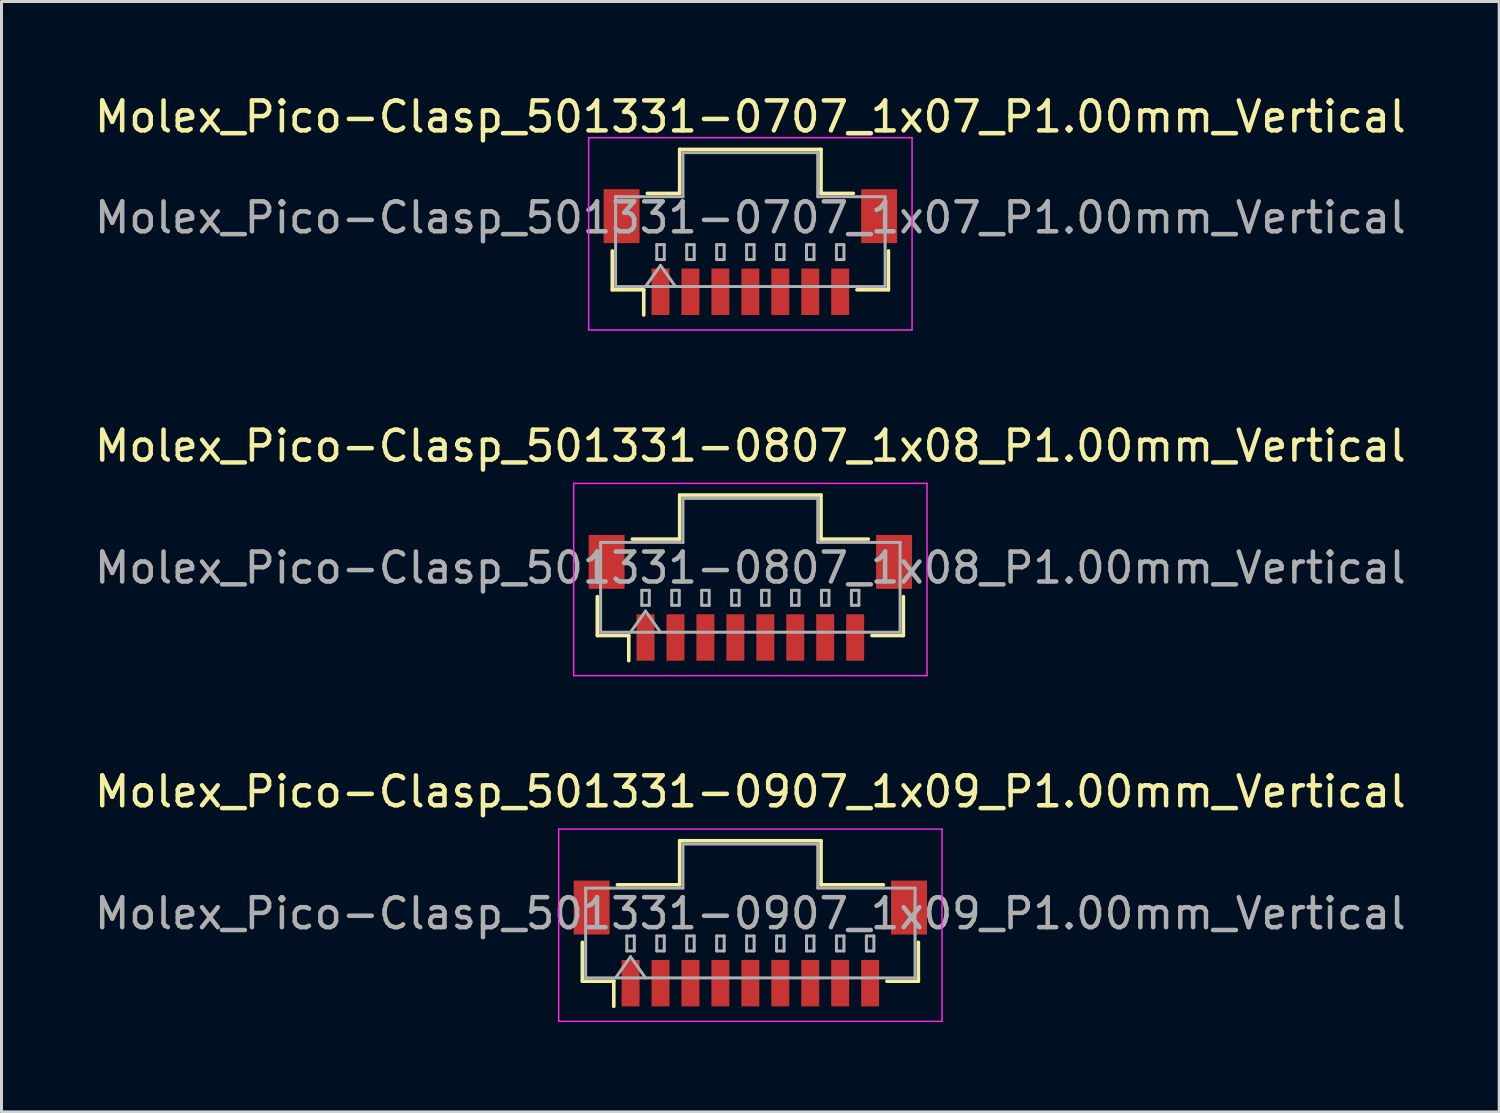
<source format=kicad_pcb>
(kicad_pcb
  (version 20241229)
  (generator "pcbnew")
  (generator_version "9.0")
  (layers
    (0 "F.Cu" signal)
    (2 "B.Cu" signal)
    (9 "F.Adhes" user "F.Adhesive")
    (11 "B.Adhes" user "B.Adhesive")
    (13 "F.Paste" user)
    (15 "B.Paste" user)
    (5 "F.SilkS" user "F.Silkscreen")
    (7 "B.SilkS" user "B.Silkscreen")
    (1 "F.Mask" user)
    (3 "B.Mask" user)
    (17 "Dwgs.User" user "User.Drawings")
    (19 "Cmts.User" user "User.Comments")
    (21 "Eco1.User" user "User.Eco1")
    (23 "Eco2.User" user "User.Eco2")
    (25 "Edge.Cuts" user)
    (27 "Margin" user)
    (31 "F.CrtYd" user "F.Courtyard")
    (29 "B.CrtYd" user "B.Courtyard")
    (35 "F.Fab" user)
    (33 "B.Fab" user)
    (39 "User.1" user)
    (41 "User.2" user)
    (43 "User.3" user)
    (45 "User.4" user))
  (footprint "Molex_Pico-Clasp_501331-0807_1x08_P1.00mm_Vertical"
    (layer "F.Cu")
    (at 22.006 16.912)
    (property "Reference" "Molex_Pico-Clasp_501331-0807_1x08_P1.00mm_Vertical" (at 0 -5.07 0) (layer "F.SilkS") (effects (font (size 1 1) (thickness 0.15))))
    (attr smd)
    (fp_line (start -5.11 -0.04) (end -5.11 1.26) (stroke (width 0.12) (type solid)) (layer "F.SilkS"))
    (fp_line (start -5.11 1.26) (end -4.06 1.26) (stroke (width 0.12) (type solid)) (layer "F.SilkS"))
    (fp_line (start -4.06 1.26) (end -4.06 2.1) (stroke (width 0.12) (type solid)) (layer "F.SilkS"))
    (fp_line (start -3.94 -1.96) (end -2.36 -1.96) (stroke (width 0.12) (type solid)) (layer "F.SilkS"))
    (fp_line (start -2.36 -3.43) (end 2.36 -3.43) (stroke (width 0.12) (type solid)) (layer "F.SilkS"))
    (fp_line (start -2.36 -1.96) (end -2.36 -3.43) (stroke (width 0.12) (type solid)) (layer "F.SilkS"))
    (fp_line (start 2.36 -3.43) (end 2.36 -1.96) (stroke (width 0.12) (type solid)) (layer "F.SilkS"))
    (fp_line (start 2.36 -1.96) (end 3.94 -1.96) (stroke (width 0.12) (type solid)) (layer "F.SilkS"))
    (fp_line (start 5.11 -0.04) (end 5.11 1.26) (stroke (width 0.12) (type solid)) (layer "F.SilkS"))
    (fp_line (start 5.11 1.26) (end 4.06 1.26) (stroke (width 0.12) (type solid)) (layer "F.SilkS"))
    (fp_line (start -5.9 -3.82) (end -5.9 2.6) (stroke (width 0.05) (type solid)) (layer "F.CrtYd"))
    (fp_line (start -5.9 2.6) (end 5.9 2.6) (stroke (width 0.05) (type solid)) (layer "F.CrtYd"))
    (fp_line (start 5.9 -3.82) (end -5.9 -3.82) (stroke (width 0.05) (type solid)) (layer "F.CrtYd"))
    (fp_line (start 5.9 2.6) (end 5.9 -3.82) (stroke (width 0.05) (type solid)) (layer "F.CrtYd"))
    (fp_line (start -5 -1.85) (end -2.25 -1.85) (stroke (width 0.1) (type solid)) (layer "F.Fab"))
    (fp_line (start -5 1.15) (end -5 -1.85) (stroke (width 0.1) (type solid)) (layer "F.Fab"))
    (fp_line (start -5 1.15) (end 5 1.15) (stroke (width 0.1) (type solid)) (layer "F.Fab"))
    (fp_line (start -4 1.15) (end -3.5 0.443) (stroke (width 0.1) (type solid)) (layer "F.Fab"))
    (fp_line (start -3.625 -0.25) (end -3.625 0.25) (stroke (width 0.1) (type solid)) (layer "F.Fab"))
    (fp_line (start -3.625 0.25) (end -3.375 0.25) (stroke (width 0.1) (type solid)) (layer "F.Fab"))
    (fp_line (start -3.5 0.443) (end -3 1.15) (stroke (width 0.1) (type solid)) (layer "F.Fab"))
    (fp_line (start -3.375 -0.25) (end -3.625 -0.25) (stroke (width 0.1) (type solid)) (layer "F.Fab"))
    (fp_line (start -3.375 0.25) (end -3.375 -0.25) (stroke (width 0.1) (type solid)) (layer "F.Fab"))
    (fp_line (start -2.625 -0.25) (end -2.625 0.25) (stroke (width 0.1) (type solid)) (layer "F.Fab"))
    (fp_line (start -2.625 0.25) (end -2.375 0.25) (stroke (width 0.1) (type solid)) (layer "F.Fab"))
    (fp_line (start -2.375 -0.25) (end -2.625 -0.25) (stroke (width 0.1) (type solid)) (layer "F.Fab"))
    (fp_line (start -2.375 0.25) (end -2.375 -0.25) (stroke (width 0.1) (type solid)) (layer "F.Fab"))
    (fp_line (start -2.25 -3.32) (end 2.25 -3.32) (stroke (width 0.1) (type solid)) (layer "F.Fab"))
    (fp_line (start -2.25 -1.85) (end -2.25 -3.32) (stroke (width 0.1) (type solid)) (layer "F.Fab"))
    (fp_line (start -1.625 -0.25) (end -1.625 0.25) (stroke (width 0.1) (type solid)) (layer "F.Fab"))
    (fp_line (start -1.625 0.25) (end -1.375 0.25) (stroke (width 0.1) (type solid)) (layer "F.Fab"))
    (fp_line (start -1.375 -0.25) (end -1.625 -0.25) (stroke (width 0.1) (type solid)) (layer "F.Fab"))
    (fp_line (start -1.375 0.25) (end -1.375 -0.25) (stroke (width 0.1) (type solid)) (layer "F.Fab"))
    (fp_line (start -0.625 -0.25) (end -0.625 0.25) (stroke (width 0.1) (type solid)) (layer "F.Fab"))
    (fp_line (start -0.625 0.25) (end -0.375 0.25) (stroke (width 0.1) (type solid)) (layer "F.Fab"))
    (fp_line (start -0.375 -0.25) (end -0.625 -0.25) (stroke (width 0.1) (type solid)) (layer "F.Fab"))
    (fp_line (start -0.375 0.25) (end -0.375 -0.25) (stroke (width 0.1) (type solid)) (layer "F.Fab"))
    (fp_line (start 0.375 -0.25) (end 0.375 0.25) (stroke (width 0.1) (type solid)) (layer "F.Fab"))
    (fp_line (start 0.375 0.25) (end 0.625 0.25) (stroke (width 0.1) (type solid)) (layer "F.Fab"))
    (fp_line (start 0.625 -0.25) (end 0.375 -0.25) (stroke (width 0.1) (type solid)) (layer "F.Fab"))
    (fp_line (start 0.625 0.25) (end 0.625 -0.25) (stroke (width 0.1) (type solid)) (layer "F.Fab"))
    (fp_line (start 1.375 -0.25) (end 1.375 0.25) (stroke (width 0.1) (type solid)) (layer "F.Fab"))
    (fp_line (start 1.375 0.25) (end 1.625 0.25) (stroke (width 0.1) (type solid)) (layer "F.Fab"))
    (fp_line (start 1.625 -0.25) (end 1.375 -0.25) (stroke (width 0.1) (type solid)) (layer "F.Fab"))
    (fp_line (start 1.625 0.25) (end 1.625 -0.25) (stroke (width 0.1) (type solid)) (layer "F.Fab"))
    (fp_line (start 2.25 -3.32) (end 2.25 -1.85) (stroke (width 0.1) (type solid)) (layer "F.Fab"))
    (fp_line (start 2.25 -1.85) (end 5 -1.85) (stroke (width 0.1) (type solid)) (layer "F.Fab"))
    (fp_line (start 2.375 -0.25) (end 2.375 0.25) (stroke (width 0.1) (type solid)) (layer "F.Fab"))
    (fp_line (start 2.375 0.25) (end 2.625 0.25) (stroke (width 0.1) (type solid)) (layer "F.Fab"))
    (fp_line (start 2.625 -0.25) (end 2.375 -0.25) (stroke (width 0.1) (type solid)) (layer "F.Fab"))
    (fp_line (start 2.625 0.25) (end 2.625 -0.25) (stroke (width 0.1) (type solid)) (layer "F.Fab"))
    (fp_line (start 3.375 -0.25) (end 3.375 0.25) (stroke (width 0.1) (type solid)) (layer "F.Fab"))
    (fp_line (start 3.375 0.25) (end 3.625 0.25) (stroke (width 0.1) (type solid)) (layer "F.Fab"))
    (fp_line (start 3.625 -0.25) (end 3.375 -0.25) (stroke (width 0.1) (type solid)) (layer "F.Fab"))
    (fp_line (start 3.625 0.25) (end 3.625 -0.25) (stroke (width 0.1) (type solid)) (layer "F.Fab"))
    (fp_line (start 5 1.15) (end 5 -1.85) (stroke (width 0.1) (type solid)) (layer "F.Fab"))
    (fp_text user "${REFERENCE}" (at 0 -1 0) (layer "F.Fab") (effects (font (size 1 1) (thickness 0.15))))
    (pad "" smd rect (at -4.8 -1.2) (size 1.2 1.8) (layers "F.Cu" "F.Mask" "F.Paste"))
    (pad "" smd rect (at 4.8 -1.2) (size 1.2 1.8) (layers "F.Cu" "F.Mask" "F.Paste"))
    (pad "1" smd rect (at -3.5 1.325) (size 0.6 1.55) (layers "F.Cu" "F.Mask" "F.Paste"))
    (pad "2" smd rect (at -2.5 1.325) (size 0.6 1.55) (layers "F.Cu" "F.Mask" "F.Paste"))
    (pad "3" smd rect (at -1.5 1.325) (size 0.6 1.55) (layers "F.Cu" "F.Mask" "F.Paste"))
    (pad "4" smd rect (at -0.5 1.325) (size 0.6 1.55) (layers "F.Cu" "F.Mask" "F.Paste"))
    (pad "5" smd rect (at 0.5 1.325) (size 0.6 1.55) (layers "F.Cu" "F.Mask" "F.Paste"))
    (pad "6" smd rect (at 1.5 1.325) (size 0.6 1.55) (layers "F.Cu" "F.Mask" "F.Paste"))
    (pad "7" smd rect (at 2.5 1.325) (size 0.6 1.55) (layers "F.Cu" "F.Mask" "F.Paste"))
    (pad "8" smd rect (at 3.5 1.325) (size 0.6 1.55) (layers "F.Cu" "F.Mask" "F.Paste")))
  (footprint "Molex_Pico-Clasp_501331-0707_1x07_P1.00mm_Vertical"
    (layer "F.Cu")
    (at 22.006 5.368)
    (property "Reference" "Molex_Pico-Clasp_501331-0707_1x07_P1.00mm_Vertical" (at 0 -4.52 0) (layer "F.SilkS") (effects (font (size 1 1) (thickness 0.15))))
    (attr smd)
    (fp_line (start -4.61 -0.04) (end -4.61 1.26) (stroke (width 0.12) (type solid)) (layer "F.SilkS"))
    (fp_line (start -4.61 1.26) (end -3.56 1.26) (stroke (width 0.12) (type solid)) (layer "F.SilkS"))
    (fp_line (start -3.56 1.26) (end -3.56 2.1) (stroke (width 0.12) (type solid)) (layer "F.SilkS"))
    (fp_line (start -3.44 -1.96) (end -2.36 -1.96) (stroke (width 0.12) (type solid)) (layer "F.SilkS"))
    (fp_line (start -2.36 -3.43) (end 2.36 -3.43) (stroke (width 0.12) (type solid)) (layer "F.SilkS"))
    (fp_line (start -2.36 -1.96) (end -2.36 -3.43) (stroke (width 0.12) (type solid)) (layer "F.SilkS"))
    (fp_line (start 2.36 -3.43) (end 2.36 -1.96) (stroke (width 0.12) (type solid)) (layer "F.SilkS"))
    (fp_line (start 2.36 -1.96) (end 3.44 -1.96) (stroke (width 0.12) (type solid)) (layer "F.SilkS"))
    (fp_line (start 4.61 -0.04) (end 4.61 1.26) (stroke (width 0.12) (type solid)) (layer "F.SilkS"))
    (fp_line (start 4.61 1.26) (end 3.56 1.26) (stroke (width 0.12) (type solid)) (layer "F.SilkS"))
    (fp_line (start -5.4 -3.82) (end -5.4 2.6) (stroke (width 0.05) (type solid)) (layer "F.CrtYd"))
    (fp_line (start -5.4 2.6) (end 5.4 2.6) (stroke (width 0.05) (type solid)) (layer "F.CrtYd"))
    (fp_line (start 5.4 -3.82) (end -5.4 -3.82) (stroke (width 0.05) (type solid)) (layer "F.CrtYd"))
    (fp_line (start 5.4 2.6) (end 5.4 -3.82) (stroke (width 0.05) (type solid)) (layer "F.CrtYd"))
    (fp_line (start -4.5 -1.85) (end -2.25 -1.85) (stroke (width 0.1) (type solid)) (layer "F.Fab"))
    (fp_line (start -4.5 1.15) (end -4.5 -1.85) (stroke (width 0.1) (type solid)) (layer "F.Fab"))
    (fp_line (start -4.5 1.15) (end 4.5 1.15) (stroke (width 0.1) (type solid)) (layer "F.Fab"))
    (fp_line (start -3.5 1.15) (end -3 0.443) (stroke (width 0.1) (type solid)) (layer "F.Fab"))
    (fp_line (start -3.125 -0.25) (end -3.125 0.25) (stroke (width 0.1) (type solid)) (layer "F.Fab"))
    (fp_line (start -3.125 0.25) (end -2.875 0.25) (stroke (width 0.1) (type solid)) (layer "F.Fab"))
    (fp_line (start -3 0.443) (end -2.5 1.15) (stroke (width 0.1) (type solid)) (layer "F.Fab"))
    (fp_line (start -2.875 -0.25) (end -3.125 -0.25) (stroke (width 0.1) (type solid)) (layer "F.Fab"))
    (fp_line (start -2.875 0.25) (end -2.875 -0.25) (stroke (width 0.1) (type solid)) (layer "F.Fab"))
    (fp_line (start -2.25 -3.32) (end 2.25 -3.32) (stroke (width 0.1) (type solid)) (layer "F.Fab"))
    (fp_line (start -2.25 -1.85) (end -2.25 -3.32) (stroke (width 0.1) (type solid)) (layer "F.Fab"))
    (fp_line (start -2.125 -0.25) (end -2.125 0.25) (stroke (width 0.1) (type solid)) (layer "F.Fab"))
    (fp_line (start -2.125 0.25) (end -1.875 0.25) (stroke (width 0.1) (type solid)) (layer "F.Fab"))
    (fp_line (start -1.875 -0.25) (end -2.125 -0.25) (stroke (width 0.1) (type solid)) (layer "F.Fab"))
    (fp_line (start -1.875 0.25) (end -1.875 -0.25) (stroke (width 0.1) (type solid)) (layer "F.Fab"))
    (fp_line (start -1.125 -0.25) (end -1.125 0.25) (stroke (width 0.1) (type solid)) (layer "F.Fab"))
    (fp_line (start -1.125 0.25) (end -0.875 0.25) (stroke (width 0.1) (type solid)) (layer "F.Fab"))
    (fp_line (start -0.875 -0.25) (end -1.125 -0.25) (stroke (width 0.1) (type solid)) (layer "F.Fab"))
    (fp_line (start -0.875 0.25) (end -0.875 -0.25) (stroke (width 0.1) (type solid)) (layer "F.Fab"))
    (fp_line (start -0.125 -0.25) (end -0.125 0.25) (stroke (width 0.1) (type solid)) (layer "F.Fab"))
    (fp_line (start -0.125 0.25) (end 0.125 0.25) (stroke (width 0.1) (type solid)) (layer "F.Fab"))
    (fp_line (start 0.125 -0.25) (end -0.125 -0.25) (stroke (width 0.1) (type solid)) (layer "F.Fab"))
    (fp_line (start 0.125 0.25) (end 0.125 -0.25) (stroke (width 0.1) (type solid)) (layer "F.Fab"))
    (fp_line (start 0.875 -0.25) (end 0.875 0.25) (stroke (width 0.1) (type solid)) (layer "F.Fab"))
    (fp_line (start 0.875 0.25) (end 1.125 0.25) (stroke (width 0.1) (type solid)) (layer "F.Fab"))
    (fp_line (start 1.125 -0.25) (end 0.875 -0.25) (stroke (width 0.1) (type solid)) (layer "F.Fab"))
    (fp_line (start 1.125 0.25) (end 1.125 -0.25) (stroke (width 0.1) (type solid)) (layer "F.Fab"))
    (fp_line (start 1.875 -0.25) (end 1.875 0.25) (stroke (width 0.1) (type solid)) (layer "F.Fab"))
    (fp_line (start 1.875 0.25) (end 2.125 0.25) (stroke (width 0.1) (type solid)) (layer "F.Fab"))
    (fp_line (start 2.125 -0.25) (end 1.875 -0.25) (stroke (width 0.1) (type solid)) (layer "F.Fab"))
    (fp_line (start 2.125 0.25) (end 2.125 -0.25) (stroke (width 0.1) (type solid)) (layer "F.Fab"))
    (fp_line (start 2.25 -3.32) (end 2.25 -1.85) (stroke (width 0.1) (type solid)) (layer "F.Fab"))
    (fp_line (start 2.25 -1.85) (end 4.5 -1.85) (stroke (width 0.1) (type solid)) (layer "F.Fab"))
    (fp_line (start 2.875 -0.25) (end 2.875 0.25) (stroke (width 0.1) (type solid)) (layer "F.Fab"))
    (fp_line (start 2.875 0.25) (end 3.125 0.25) (stroke (width 0.1) (type solid)) (layer "F.Fab"))
    (fp_line (start 3.125 -0.25) (end 2.875 -0.25) (stroke (width 0.1) (type solid)) (layer "F.Fab"))
    (fp_line (start 3.125 0.25) (end 3.125 -0.25) (stroke (width 0.1) (type solid)) (layer "F.Fab"))
    (fp_line (start 4.5 1.15) (end 4.5 -1.85) (stroke (width 0.1) (type solid)) (layer "F.Fab"))
    (fp_text user "${REFERENCE}" (at 0 -1.15 0) (layer "F.Fab") (effects (font (size 1 1) (thickness 0.15))))
    (pad "" smd rect (at -4.3 -1.2) (size 1.2 1.8) (layers "F.Cu" "F.Mask" "F.Paste"))
    (pad "" smd rect (at 4.3 -1.2) (size 1.2 1.8) (layers "F.Cu" "F.Mask" "F.Paste"))
    (pad "1" smd rect (at -3 1.325) (size 0.6 1.55) (layers "F.Cu" "F.Mask" "F.Paste"))
    (pad "2" smd rect (at -2 1.325) (size 0.6 1.55) (layers "F.Cu" "F.Mask" "F.Paste"))
    (pad "3" smd rect (at -1 1.325) (size 0.6 1.55) (layers "F.Cu" "F.Mask" "F.Paste"))
    (pad "4" smd rect (at 0 1.325) (size 0.6 1.55) (layers "F.Cu" "F.Mask" "F.Paste"))
    (pad "5" smd rect (at 1 1.325) (size 0.6 1.55) (layers "F.Cu" "F.Mask" "F.Paste"))
    (pad "6" smd rect (at 2 1.325) (size 0.6 1.55) (layers "F.Cu" "F.Mask" "F.Paste"))
    (pad "7" smd rect (at 3 1.325) (size 0.6 1.55) (layers "F.Cu" "F.Mask" "F.Paste")))
  (footprint "Molex_Pico-Clasp_501331-0907_1x09_P1.00mm_Vertical"
    (layer "F.Cu")
    (at 22.006 28.455)
    (property "Reference" "Molex_Pico-Clasp_501331-0907_1x09_P1.00mm_Vertical" (at 0 -5.07 0) (layer "F.SilkS") (effects (font (size 1 1) (thickness 0.15))))
    (attr smd)
    (fp_line (start -5.61 -0.04) (end -5.61 1.26) (stroke (width 0.12) (type solid)) (layer "F.SilkS"))
    (fp_line (start -5.61 1.26) (end -4.56 1.26) (stroke (width 0.12) (type solid)) (layer "F.SilkS"))
    (fp_line (start -4.56 1.26) (end -4.56 2.1) (stroke (width 0.12) (type solid)) (layer "F.SilkS"))
    (fp_line (start -4.44 -1.96) (end -2.36 -1.96) (stroke (width 0.12) (type solid)) (layer "F.SilkS"))
    (fp_line (start -2.36 -3.43) (end 2.36 -3.43) (stroke (width 0.12) (type solid)) (layer "F.SilkS"))
    (fp_line (start -2.36 -1.96) (end -2.36 -3.43) (stroke (width 0.12) (type solid)) (layer "F.SilkS"))
    (fp_line (start 2.36 -3.43) (end 2.36 -1.96) (stroke (width 0.12) (type solid)) (layer "F.SilkS"))
    (fp_line (start 2.36 -1.96) (end 4.44 -1.96) (stroke (width 0.12) (type solid)) (layer "F.SilkS"))
    (fp_line (start 5.61 -0.04) (end 5.61 1.26) (stroke (width 0.12) (type solid)) (layer "F.SilkS"))
    (fp_line (start 5.61 1.26) (end 4.56 1.26) (stroke (width 0.12) (type solid)) (layer "F.SilkS"))
    (fp_line (start -6.4 -3.82) (end -6.4 2.6) (stroke (width 0.05) (type solid)) (layer "F.CrtYd"))
    (fp_line (start -6.4 2.6) (end 6.4 2.6) (stroke (width 0.05) (type solid)) (layer "F.CrtYd"))
    (fp_line (start 6.4 -3.82) (end -6.4 -3.82) (stroke (width 0.05) (type solid)) (layer "F.CrtYd"))
    (fp_line (start 6.4 2.6) (end 6.4 -3.82) (stroke (width 0.05) (type solid)) (layer "F.CrtYd"))
    (fp_line (start -5.5 -1.85) (end -2.25 -1.85) (stroke (width 0.1) (type solid)) (layer "F.Fab"))
    (fp_line (start -5.5 1.15) (end -5.5 -1.85) (stroke (width 0.1) (type solid)) (layer "F.Fab"))
    (fp_line (start -5.5 1.15) (end 5.5 1.15) (stroke (width 0.1) (type solid)) (layer "F.Fab"))
    (fp_line (start -4.5 1.15) (end -4 0.443) (stroke (width 0.1) (type solid)) (layer "F.Fab"))
    (fp_line (start -4.125 -0.25) (end -4.125 0.25) (stroke (width 0.1) (type solid)) (layer "F.Fab"))
    (fp_line (start -4.125 0.25) (end -3.875 0.25) (stroke (width 0.1) (type solid)) (layer "F.Fab"))
    (fp_line (start -4 0.443) (end -3.5 1.15) (stroke (width 0.1) (type solid)) (layer "F.Fab"))
    (fp_line (start -3.875 -0.25) (end -4.125 -0.25) (stroke (width 0.1) (type solid)) (layer "F.Fab"))
    (fp_line (start -3.875 0.25) (end -3.875 -0.25) (stroke (width 0.1) (type solid)) (layer "F.Fab"))
    (fp_line (start -3.125 -0.25) (end -3.125 0.25) (stroke (width 0.1) (type solid)) (layer "F.Fab"))
    (fp_line (start -3.125 0.25) (end -2.875 0.25) (stroke (width 0.1) (type solid)) (layer "F.Fab"))
    (fp_line (start -2.875 -0.25) (end -3.125 -0.25) (stroke (width 0.1) (type solid)) (layer "F.Fab"))
    (fp_line (start -2.875 0.25) (end -2.875 -0.25) (stroke (width 0.1) (type solid)) (layer "F.Fab"))
    (fp_line (start -2.25 -3.32) (end 2.25 -3.32) (stroke (width 0.1) (type solid)) (layer "F.Fab"))
    (fp_line (start -2.25 -1.85) (end -2.25 -3.32) (stroke (width 0.1) (type solid)) (layer "F.Fab"))
    (fp_line (start -2.125 -0.25) (end -2.125 0.25) (stroke (width 0.1) (type solid)) (layer "F.Fab"))
    (fp_line (start -2.125 0.25) (end -1.875 0.25) (stroke (width 0.1) (type solid)) (layer "F.Fab"))
    (fp_line (start -1.875 -0.25) (end -2.125 -0.25) (stroke (width 0.1) (type solid)) (layer "F.Fab"))
    (fp_line (start -1.875 0.25) (end -1.875 -0.25) (stroke (width 0.1) (type solid)) (layer "F.Fab"))
    (fp_line (start -1.125 -0.25) (end -1.125 0.25) (stroke (width 0.1) (type solid)) (layer "F.Fab"))
    (fp_line (start -1.125 0.25) (end -0.875 0.25) (stroke (width 0.1) (type solid)) (layer "F.Fab"))
    (fp_line (start -0.875 -0.25) (end -1.125 -0.25) (stroke (width 0.1) (type solid)) (layer "F.Fab"))
    (fp_line (start -0.875 0.25) (end -0.875 -0.25) (stroke (width 0.1) (type solid)) (layer "F.Fab"))
    (fp_line (start -0.125 -0.25) (end -0.125 0.25) (stroke (width 0.1) (type solid)) (layer "F.Fab"))
    (fp_line (start -0.125 0.25) (end 0.125 0.25) (stroke (width 0.1) (type solid)) (layer "F.Fab"))
    (fp_line (start 0.125 -0.25) (end -0.125 -0.25) (stroke (width 0.1) (type solid)) (layer "F.Fab"))
    (fp_line (start 0.125 0.25) (end 0.125 -0.25) (stroke (width 0.1) (type solid)) (layer "F.Fab"))
    (fp_line (start 0.875 -0.25) (end 0.875 0.25) (stroke (width 0.1) (type solid)) (layer "F.Fab"))
    (fp_line (start 0.875 0.25) (end 1.125 0.25) (stroke (width 0.1) (type solid)) (layer "F.Fab"))
    (fp_line (start 1.125 -0.25) (end 0.875 -0.25) (stroke (width 0.1) (type solid)) (layer "F.Fab"))
    (fp_line (start 1.125 0.25) (end 1.125 -0.25) (stroke (width 0.1) (type solid)) (layer "F.Fab"))
    (fp_line (start 1.875 -0.25) (end 1.875 0.25) (stroke (width 0.1) (type solid)) (layer "F.Fab"))
    (fp_line (start 1.875 0.25) (end 2.125 0.25) (stroke (width 0.1) (type solid)) (layer "F.Fab"))
    (fp_line (start 2.125 -0.25) (end 1.875 -0.25) (stroke (width 0.1) (type solid)) (layer "F.Fab"))
    (fp_line (start 2.125 0.25) (end 2.125 -0.25) (stroke (width 0.1) (type solid)) (layer "F.Fab"))
    (fp_line (start 2.25 -3.32) (end 2.25 -1.85) (stroke (width 0.1) (type solid)) (layer "F.Fab"))
    (fp_line (start 2.25 -1.85) (end 5.5 -1.85) (stroke (width 0.1) (type solid)) (layer "F.Fab"))
    (fp_line (start 2.875 -0.25) (end 2.875 0.25) (stroke (width 0.1) (type solid)) (layer "F.Fab"))
    (fp_line (start 2.875 0.25) (end 3.125 0.25) (stroke (width 0.1) (type solid)) (layer "F.Fab"))
    (fp_line (start 3.125 -0.25) (end 2.875 -0.25) (stroke (width 0.1) (type solid)) (layer "F.Fab"))
    (fp_line (start 3.125 0.25) (end 3.125 -0.25) (stroke (width 0.1) (type solid)) (layer "F.Fab"))
    (fp_line (start 3.875 -0.25) (end 3.875 0.25) (stroke (width 0.1) (type solid)) (layer "F.Fab"))
    (fp_line (start 3.875 0.25) (end 4.125 0.25) (stroke (width 0.1) (type solid)) (layer "F.Fab"))
    (fp_line (start 4.125 -0.25) (end 3.875 -0.25) (stroke (width 0.1) (type solid)) (layer "F.Fab"))
    (fp_line (start 4.125 0.25) (end 4.125 -0.25) (stroke (width 0.1) (type solid)) (layer "F.Fab"))
    (fp_line (start 5.5 1.15) (end 5.5 -1.85) (stroke (width 0.1) (type solid)) (layer "F.Fab"))
    (fp_text user "${REFERENCE}" (at 0 -1 0) (layer "F.Fab") (effects (font (size 1 1) (thickness 0.15))))
    (pad "" smd rect (at -5.3 -1.2) (size 1.2 1.8) (layers "F.Cu" "F.Mask" "F.Paste"))
    (pad "" smd rect (at 5.3 -1.2) (size 1.2 1.8) (layers "F.Cu" "F.Mask" "F.Paste"))
    (pad "1" smd rect (at -4 1.325) (size 0.6 1.55) (layers "F.Cu" "F.Mask" "F.Paste"))
    (pad "2" smd rect (at -3 1.325) (size 0.6 1.55) (layers "F.Cu" "F.Mask" "F.Paste"))
    (pad "3" smd rect (at -2 1.325) (size 0.6 1.55) (layers "F.Cu" "F.Mask" "F.Paste"))
    (pad "4" smd rect (at -1 1.325) (size 0.6 1.55) (layers "F.Cu" "F.Mask" "F.Paste"))
    (pad "5" smd rect (at 0 1.325) (size 0.6 1.55) (layers "F.Cu" "F.Mask" "F.Paste"))
    (pad "6" smd rect (at 1 1.325) (size 0.6 1.55) (layers "F.Cu" "F.Mask" "F.Paste"))
    (pad "7" smd rect (at 2 1.325) (size 0.6 1.55) (layers "F.Cu" "F.Mask" "F.Paste"))
    (pad "8" smd rect (at 3 1.325) (size 0.6 1.55) (layers "F.Cu" "F.Mask" "F.Paste"))
    (pad "9" smd rect (at 4 1.325) (size 0.6 1.55) (layers "F.Cu" "F.Mask" "F.Paste")))
  (gr_rect
    (start -3 -3)
    (end 47.012 34.08)
    (stroke (width 0.1) (type default))
    (fill no)
    (layer "Edge.Cuts")))
</source>
